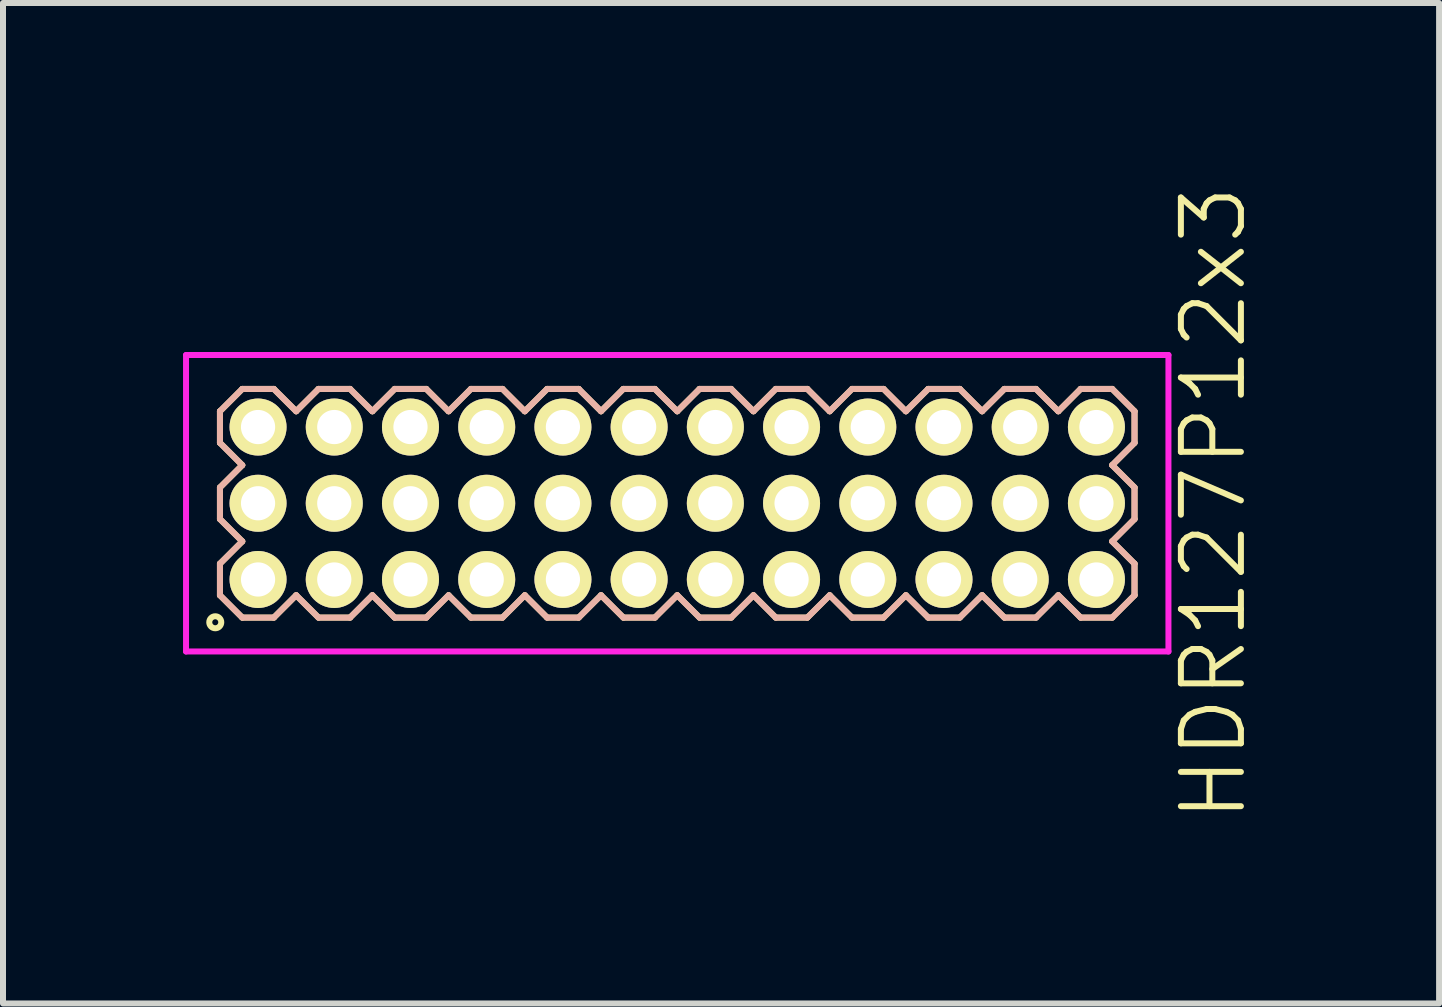
<source format=kicad_pcb>
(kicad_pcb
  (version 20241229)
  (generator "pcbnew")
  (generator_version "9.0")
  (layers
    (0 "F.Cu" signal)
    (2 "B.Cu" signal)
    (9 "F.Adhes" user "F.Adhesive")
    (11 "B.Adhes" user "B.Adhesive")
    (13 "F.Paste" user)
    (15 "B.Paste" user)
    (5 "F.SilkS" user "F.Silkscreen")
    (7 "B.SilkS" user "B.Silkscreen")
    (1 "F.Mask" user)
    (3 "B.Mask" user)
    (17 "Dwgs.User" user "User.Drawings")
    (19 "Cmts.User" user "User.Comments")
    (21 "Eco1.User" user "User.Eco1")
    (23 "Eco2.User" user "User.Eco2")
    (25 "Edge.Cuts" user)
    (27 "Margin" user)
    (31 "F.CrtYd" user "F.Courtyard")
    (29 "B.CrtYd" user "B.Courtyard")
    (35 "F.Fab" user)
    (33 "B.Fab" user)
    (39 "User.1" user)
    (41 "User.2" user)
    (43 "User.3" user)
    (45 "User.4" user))
  (footprint "HDR127P12x3"
    (layer "F.Cu")
    (at 8.235 5.336)
    (property "Reference" "HDR127P12x3" (at 8.935 0 90) (layer "F.SilkS") (effects (font (size 1 1) (thickness 0.1))))
    (attr through_hole)
    (fp_line (start -7.62 -1.533) (end -7.248 -1.905) (stroke (width 0.1) (type solid)) (layer "F.SilkS"))
    (fp_line (start -7.62 -1.007) (end -7.62 -1.533) (stroke (width 0.1) (type solid)) (layer "F.SilkS"))
    (fp_line (start -7.62 -0.263) (end -7.248 -0.635) (stroke (width 0.1) (type solid)) (layer "F.SilkS"))
    (fp_line (start -7.62 0.263) (end -7.62 -0.263) (stroke (width 0.1) (type solid)) (layer "F.SilkS"))
    (fp_line (start -7.62 1.007) (end -7.248 0.635) (stroke (width 0.1) (type solid)) (layer "F.SilkS"))
    (fp_line (start -7.62 1.533) (end -7.62 1.007) (stroke (width 0.1) (type solid)) (layer "F.SilkS"))
    (fp_line (start -7.248 -1.905) (end -6.722 -1.905) (stroke (width 0.1) (type solid)) (layer "F.SilkS"))
    (fp_line (start -7.248 -0.635) (end -7.62 -1.007) (stroke (width 0.1) (type solid)) (layer "F.SilkS"))
    (fp_line (start -7.248 0.635) (end -7.62 0.263) (stroke (width 0.1) (type solid)) (layer "F.SilkS"))
    (fp_line (start -7.248 1.905) (end -7.62 1.533) (stroke (width 0.1) (type solid)) (layer "F.SilkS"))
    (fp_line (start -6.722 -1.905) (end -6.35 -1.533) (stroke (width 0.1) (type solid)) (layer "F.SilkS"))
    (fp_line (start -6.722 1.905) (end -7.248 1.905) (stroke (width 0.1) (type solid)) (layer "F.SilkS"))
    (fp_line (start -6.35 -1.533) (end -5.978 -1.905) (stroke (width 0.1) (type solid)) (layer "F.SilkS"))
    (fp_line (start -6.35 1.533) (end -6.722 1.905) (stroke (width 0.1) (type solid)) (layer "F.SilkS"))
    (fp_line (start -5.978 -1.905) (end -5.452 -1.905) (stroke (width 0.1) (type solid)) (layer "F.SilkS"))
    (fp_line (start -5.978 1.905) (end -6.35 1.533) (stroke (width 0.1) (type solid)) (layer "F.SilkS"))
    (fp_line (start -5.452 -1.905) (end -5.08 -1.533) (stroke (width 0.1) (type solid)) (layer "F.SilkS"))
    (fp_line (start -5.452 1.905) (end -5.978 1.905) (stroke (width 0.1) (type solid)) (layer "F.SilkS"))
    (fp_line (start -5.08 -1.533) (end -4.708 -1.905) (stroke (width 0.1) (type solid)) (layer "F.SilkS"))
    (fp_line (start -5.08 1.533) (end -5.452 1.905) (stroke (width 0.1) (type solid)) (layer "F.SilkS"))
    (fp_line (start -4.708 -1.905) (end -4.182 -1.905) (stroke (width 0.1) (type solid)) (layer "F.SilkS"))
    (fp_line (start -4.708 1.905) (end -5.08 1.533) (stroke (width 0.1) (type solid)) (layer "F.SilkS"))
    (fp_line (start -4.182 -1.905) (end -3.81 -1.533) (stroke (width 0.1) (type solid)) (layer "F.SilkS"))
    (fp_line (start -4.182 1.905) (end -4.708 1.905) (stroke (width 0.1) (type solid)) (layer "F.SilkS"))
    (fp_line (start -3.81 -1.533) (end -3.438 -1.905) (stroke (width 0.1) (type solid)) (layer "F.SilkS"))
    (fp_line (start -3.81 1.533) (end -4.182 1.905) (stroke (width 0.1) (type solid)) (layer "F.SilkS"))
    (fp_line (start -3.438 -1.905) (end -2.912 -1.905) (stroke (width 0.1) (type solid)) (layer "F.SilkS"))
    (fp_line (start -3.438 1.905) (end -3.81 1.533) (stroke (width 0.1) (type solid)) (layer "F.SilkS"))
    (fp_line (start -2.912 -1.905) (end -2.54 -1.533) (stroke (width 0.1) (type solid)) (layer "F.SilkS"))
    (fp_line (start -2.912 1.905) (end -3.438 1.905) (stroke (width 0.1) (type solid)) (layer "F.SilkS"))
    (fp_line (start -2.54 -1.533) (end -2.168 -1.905) (stroke (width 0.1) (type solid)) (layer "F.SilkS"))
    (fp_line (start -2.54 1.533) (end -2.912 1.905) (stroke (width 0.1) (type solid)) (layer "F.SilkS"))
    (fp_line (start -2.168 -1.905) (end -1.642 -1.905) (stroke (width 0.1) (type solid)) (layer "F.SilkS"))
    (fp_line (start -2.168 1.905) (end -2.54 1.533) (stroke (width 0.1) (type solid)) (layer "F.SilkS"))
    (fp_line (start -1.642 -1.905) (end -1.27 -1.533) (stroke (width 0.1) (type solid)) (layer "F.SilkS"))
    (fp_line (start -1.642 1.905) (end -2.168 1.905) (stroke (width 0.1) (type solid)) (layer "F.SilkS"))
    (fp_line (start -1.27 -1.533) (end -0.898 -1.905) (stroke (width 0.1) (type solid)) (layer "F.SilkS"))
    (fp_line (start -1.27 1.533) (end -1.642 1.905) (stroke (width 0.1) (type solid)) (layer "F.SilkS"))
    (fp_line (start -0.898 -1.905) (end -0.372 -1.905) (stroke (width 0.1) (type solid)) (layer "F.SilkS"))
    (fp_line (start -0.898 1.905) (end -1.27 1.533) (stroke (width 0.1) (type solid)) (layer "F.SilkS"))
    (fp_line (start -0.372 -1.905) (end 0 -1.533) (stroke (width 0.1) (type solid)) (layer "F.SilkS"))
    (fp_line (start -0.372 1.905) (end -0.898 1.905) (stroke (width 0.1) (type solid)) (layer "F.SilkS"))
    (fp_line (start 0 -1.533) (end 0.372 -1.905) (stroke (width 0.1) (type solid)) (layer "F.SilkS"))
    (fp_line (start 0 1.533) (end -0.372 1.905) (stroke (width 0.1) (type solid)) (layer "F.SilkS"))
    (fp_line (start 0.372 -1.905) (end 0.898 -1.905) (stroke (width 0.1) (type solid)) (layer "F.SilkS"))
    (fp_line (start 0.372 1.905) (end 0 1.533) (stroke (width 0.1) (type solid)) (layer "F.SilkS"))
    (fp_line (start 0.898 -1.905) (end 1.27 -1.533) (stroke (width 0.1) (type solid)) (layer "F.SilkS"))
    (fp_line (start 0.898 1.905) (end 0.372 1.905) (stroke (width 0.1) (type solid)) (layer "F.SilkS"))
    (fp_line (start 1.27 -1.533) (end 1.642 -1.905) (stroke (width 0.1) (type solid)) (layer "F.SilkS"))
    (fp_line (start 1.27 1.533) (end 0.898 1.905) (stroke (width 0.1) (type solid)) (layer "F.SilkS"))
    (fp_line (start 1.642 -1.905) (end 2.168 -1.905) (stroke (width 0.1) (type solid)) (layer "F.SilkS"))
    (fp_line (start 1.642 1.905) (end 1.27 1.533) (stroke (width 0.1) (type solid)) (layer "F.SilkS"))
    (fp_line (start 2.168 -1.905) (end 2.54 -1.533) (stroke (width 0.1) (type solid)) (layer "F.SilkS"))
    (fp_line (start 2.168 1.905) (end 1.642 1.905) (stroke (width 0.1) (type solid)) (layer "F.SilkS"))
    (fp_line (start 2.54 -1.533) (end 2.912 -1.905) (stroke (width 0.1) (type solid)) (layer "F.SilkS"))
    (fp_line (start 2.54 1.533) (end 2.168 1.905) (stroke (width 0.1) (type solid)) (layer "F.SilkS"))
    (fp_line (start 2.912 -1.905) (end 3.438 -1.905) (stroke (width 0.1) (type solid)) (layer "F.SilkS"))
    (fp_line (start 2.912 1.905) (end 2.54 1.533) (stroke (width 0.1) (type solid)) (layer "F.SilkS"))
    (fp_line (start 3.438 -1.905) (end 3.81 -1.533) (stroke (width 0.1) (type solid)) (layer "F.SilkS"))
    (fp_line (start 3.438 1.905) (end 2.912 1.905) (stroke (width 0.1) (type solid)) (layer "F.SilkS"))
    (fp_line (start 3.81 -1.533) (end 4.182 -1.905) (stroke (width 0.1) (type solid)) (layer "F.SilkS"))
    (fp_line (start 3.81 1.533) (end 3.438 1.905) (stroke (width 0.1) (type solid)) (layer "F.SilkS"))
    (fp_line (start 4.182 -1.905) (end 4.708 -1.905) (stroke (width 0.1) (type solid)) (layer "F.SilkS"))
    (fp_line (start 4.182 1.905) (end 3.81 1.533) (stroke (width 0.1) (type solid)) (layer "F.SilkS"))
    (fp_line (start 4.708 -1.905) (end 5.08 -1.533) (stroke (width 0.1) (type solid)) (layer "F.SilkS"))
    (fp_line (start 4.708 1.905) (end 4.182 1.905) (stroke (width 0.1) (type solid)) (layer "F.SilkS"))
    (fp_line (start 5.08 -1.533) (end 5.452 -1.905) (stroke (width 0.1) (type solid)) (layer "F.SilkS"))
    (fp_line (start 5.08 1.533) (end 4.708 1.905) (stroke (width 0.1) (type solid)) (layer "F.SilkS"))
    (fp_line (start 5.452 -1.905) (end 5.978 -1.905) (stroke (width 0.1) (type solid)) (layer "F.SilkS"))
    (fp_line (start 5.452 1.905) (end 5.08 1.533) (stroke (width 0.1) (type solid)) (layer "F.SilkS"))
    (fp_line (start 5.978 -1.905) (end 6.35 -1.533) (stroke (width 0.1) (type solid)) (layer "F.SilkS"))
    (fp_line (start 5.978 1.905) (end 5.452 1.905) (stroke (width 0.1) (type solid)) (layer "F.SilkS"))
    (fp_line (start 6.35 -1.533) (end 6.722 -1.905) (stroke (width 0.1) (type solid)) (layer "F.SilkS"))
    (fp_line (start 6.35 1.533) (end 5.978 1.905) (stroke (width 0.1) (type solid)) (layer "F.SilkS"))
    (fp_line (start 6.722 -1.905) (end 7.248 -1.905) (stroke (width 0.1) (type solid)) (layer "F.SilkS"))
    (fp_line (start 6.722 1.905) (end 6.35 1.533) (stroke (width 0.1) (type solid)) (layer "F.SilkS"))
    (fp_line (start 7.248 -1.905) (end 7.62 -1.533) (stroke (width 0.1) (type solid)) (layer "F.SilkS"))
    (fp_line (start 7.248 -0.635) (end 7.62 -0.263) (stroke (width 0.1) (type solid)) (layer "F.SilkS"))
    (fp_line (start 7.248 0.635) (end 7.62 1.007) (stroke (width 0.1) (type solid)) (layer "F.SilkS"))
    (fp_line (start 7.248 1.905) (end 6.722 1.905) (stroke (width 0.1) (type solid)) (layer "F.SilkS"))
    (fp_line (start 7.62 -1.533) (end 7.62 -1.007) (stroke (width 0.1) (type solid)) (layer "F.SilkS"))
    (fp_line (start 7.62 -1.007) (end 7.248 -0.635) (stroke (width 0.1) (type solid)) (layer "F.SilkS"))
    (fp_line (start 7.62 -0.263) (end 7.62 0.263) (stroke (width 0.1) (type solid)) (layer "F.SilkS"))
    (fp_line (start 7.62 0.263) (end 7.248 0.635) (stroke (width 0.1) (type solid)) (layer "F.SilkS"))
    (fp_line (start 7.62 1.007) (end 7.62 1.533) (stroke (width 0.1) (type solid)) (layer "F.SilkS"))
    (fp_line (start 7.62 1.533) (end 7.248 1.905) (stroke (width 0.1) (type solid)) (layer "F.SilkS"))
    (fp_circle (center -7.698 1.983) (end -7.598 1.983) (stroke (width 0.1) (type solid)) (fill no) (layer "F.SilkS"))
    (fp_line (start -7.62 -1.533) (end -7.248 -1.905) (stroke (width 0.1) (type solid)) (layer "B.SilkS"))
    (fp_line (start -7.62 -1.007) (end -7.62 -1.533) (stroke (width 0.1) (type solid)) (layer "B.SilkS"))
    (fp_line (start -7.62 -0.263) (end -7.248 -0.635) (stroke (width 0.1) (type solid)) (layer "B.SilkS"))
    (fp_line (start -7.62 0.263) (end -7.62 -0.263) (stroke (width 0.1) (type solid)) (layer "B.SilkS"))
    (fp_line (start -7.62 1.007) (end -7.248 0.635) (stroke (width 0.1) (type solid)) (layer "B.SilkS"))
    (fp_line (start -7.62 1.533) (end -7.62 1.007) (stroke (width 0.1) (type solid)) (layer "B.SilkS"))
    (fp_line (start -7.248 -1.905) (end -6.722 -1.905) (stroke (width 0.1) (type solid)) (layer "B.SilkS"))
    (fp_line (start -7.248 -0.635) (end -7.62 -1.007) (stroke (width 0.1) (type solid)) (layer "B.SilkS"))
    (fp_line (start -7.248 0.635) (end -7.62 0.263) (stroke (width 0.1) (type solid)) (layer "B.SilkS"))
    (fp_line (start -7.248 1.905) (end -7.62 1.533) (stroke (width 0.1) (type solid)) (layer "B.SilkS"))
    (fp_line (start -6.722 -1.905) (end -6.35 -1.533) (stroke (width 0.1) (type solid)) (layer "B.SilkS"))
    (fp_line (start -6.722 1.905) (end -7.248 1.905) (stroke (width 0.1) (type solid)) (layer "B.SilkS"))
    (fp_line (start -6.35 -1.533) (end -5.978 -1.905) (stroke (width 0.1) (type solid)) (layer "B.SilkS"))
    (fp_line (start -6.35 1.533) (end -6.722 1.905) (stroke (width 0.1) (type solid)) (layer "B.SilkS"))
    (fp_line (start -5.978 -1.905) (end -5.452 -1.905) (stroke (width 0.1) (type solid)) (layer "B.SilkS"))
    (fp_line (start -5.978 1.905) (end -6.35 1.533) (stroke (width 0.1) (type solid)) (layer "B.SilkS"))
    (fp_line (start -5.452 -1.905) (end -5.08 -1.533) (stroke (width 0.1) (type solid)) (layer "B.SilkS"))
    (fp_line (start -5.452 1.905) (end -5.978 1.905) (stroke (width 0.1) (type solid)) (layer "B.SilkS"))
    (fp_line (start -5.08 -1.533) (end -4.708 -1.905) (stroke (width 0.1) (type solid)) (layer "B.SilkS"))
    (fp_line (start -5.08 1.533) (end -5.452 1.905) (stroke (width 0.1) (type solid)) (layer "B.SilkS"))
    (fp_line (start -4.708 -1.905) (end -4.182 -1.905) (stroke (width 0.1) (type solid)) (layer "B.SilkS"))
    (fp_line (start -4.708 1.905) (end -5.08 1.533) (stroke (width 0.1) (type solid)) (layer "B.SilkS"))
    (fp_line (start -4.182 -1.905) (end -3.81 -1.533) (stroke (width 0.1) (type solid)) (layer "B.SilkS"))
    (fp_line (start -4.182 1.905) (end -4.708 1.905) (stroke (width 0.1) (type solid)) (layer "B.SilkS"))
    (fp_line (start -3.81 -1.533) (end -3.438 -1.905) (stroke (width 0.1) (type solid)) (layer "B.SilkS"))
    (fp_line (start -3.81 1.533) (end -4.182 1.905) (stroke (width 0.1) (type solid)) (layer "B.SilkS"))
    (fp_line (start -3.438 -1.905) (end -2.912 -1.905) (stroke (width 0.1) (type solid)) (layer "B.SilkS"))
    (fp_line (start -3.438 1.905) (end -3.81 1.533) (stroke (width 0.1) (type solid)) (layer "B.SilkS"))
    (fp_line (start -2.912 -1.905) (end -2.54 -1.533) (stroke (width 0.1) (type solid)) (layer "B.SilkS"))
    (fp_line (start -2.912 1.905) (end -3.438 1.905) (stroke (width 0.1) (type solid)) (layer "B.SilkS"))
    (fp_line (start -2.54 -1.533) (end -2.168 -1.905) (stroke (width 0.1) (type solid)) (layer "B.SilkS"))
    (fp_line (start -2.54 1.533) (end -2.912 1.905) (stroke (width 0.1) (type solid)) (layer "B.SilkS"))
    (fp_line (start -2.168 -1.905) (end -1.642 -1.905) (stroke (width 0.1) (type solid)) (layer "B.SilkS"))
    (fp_line (start -2.168 1.905) (end -2.54 1.533) (stroke (width 0.1) (type solid)) (layer "B.SilkS"))
    (fp_line (start -1.642 -1.905) (end -1.27 -1.533) (stroke (width 0.1) (type solid)) (layer "B.SilkS"))
    (fp_line (start -1.642 1.905) (end -2.168 1.905) (stroke (width 0.1) (type solid)) (layer "B.SilkS"))
    (fp_line (start -1.27 -1.533) (end -0.898 -1.905) (stroke (width 0.1) (type solid)) (layer "B.SilkS"))
    (fp_line (start -1.27 1.533) (end -1.642 1.905) (stroke (width 0.1) (type solid)) (layer "B.SilkS"))
    (fp_line (start -0.898 -1.905) (end -0.372 -1.905) (stroke (width 0.1) (type solid)) (layer "B.SilkS"))
    (fp_line (start -0.898 1.905) (end -1.27 1.533) (stroke (width 0.1) (type solid)) (layer "B.SilkS"))
    (fp_line (start -0.372 -1.905) (end 0 -1.533) (stroke (width 0.1) (type solid)) (layer "B.SilkS"))
    (fp_line (start -0.372 1.905) (end -0.898 1.905) (stroke (width 0.1) (type solid)) (layer "B.SilkS"))
    (fp_line (start 0 -1.533) (end 0.372 -1.905) (stroke (width 0.1) (type solid)) (layer "B.SilkS"))
    (fp_line (start 0 1.533) (end -0.372 1.905) (stroke (width 0.1) (type solid)) (layer "B.SilkS"))
    (fp_line (start 0.372 -1.905) (end 0.898 -1.905) (stroke (width 0.1) (type solid)) (layer "B.SilkS"))
    (fp_line (start 0.372 1.905) (end 0 1.533) (stroke (width 0.1) (type solid)) (layer "B.SilkS"))
    (fp_line (start 0.898 -1.905) (end 1.27 -1.533) (stroke (width 0.1) (type solid)) (layer "B.SilkS"))
    (fp_line (start 0.898 1.905) (end 0.372 1.905) (stroke (width 0.1) (type solid)) (layer "B.SilkS"))
    (fp_line (start 1.27 -1.533) (end 1.642 -1.905) (stroke (width 0.1) (type solid)) (layer "B.SilkS"))
    (fp_line (start 1.27 1.533) (end 0.898 1.905) (stroke (width 0.1) (type solid)) (layer "B.SilkS"))
    (fp_line (start 1.642 -1.905) (end 2.168 -1.905) (stroke (width 0.1) (type solid)) (layer "B.SilkS"))
    (fp_line (start 1.642 1.905) (end 1.27 1.533) (stroke (width 0.1) (type solid)) (layer "B.SilkS"))
    (fp_line (start 2.168 -1.905) (end 2.54 -1.533) (stroke (width 0.1) (type solid)) (layer "B.SilkS"))
    (fp_line (start 2.168 1.905) (end 1.642 1.905) (stroke (width 0.1) (type solid)) (layer "B.SilkS"))
    (fp_line (start 2.54 -1.533) (end 2.912 -1.905) (stroke (width 0.1) (type solid)) (layer "B.SilkS"))
    (fp_line (start 2.54 1.533) (end 2.168 1.905) (stroke (width 0.1) (type solid)) (layer "B.SilkS"))
    (fp_line (start 2.912 -1.905) (end 3.438 -1.905) (stroke (width 0.1) (type solid)) (layer "B.SilkS"))
    (fp_line (start 2.912 1.905) (end 2.54 1.533) (stroke (width 0.1) (type solid)) (layer "B.SilkS"))
    (fp_line (start 3.438 -1.905) (end 3.81 -1.533) (stroke (width 0.1) (type solid)) (layer "B.SilkS"))
    (fp_line (start 3.438 1.905) (end 2.912 1.905) (stroke (width 0.1) (type solid)) (layer "B.SilkS"))
    (fp_line (start 3.81 -1.533) (end 4.182 -1.905) (stroke (width 0.1) (type solid)) (layer "B.SilkS"))
    (fp_line (start 3.81 1.533) (end 3.438 1.905) (stroke (width 0.1) (type solid)) (layer "B.SilkS"))
    (fp_line (start 4.182 -1.905) (end 4.708 -1.905) (stroke (width 0.1) (type solid)) (layer "B.SilkS"))
    (fp_line (start 4.182 1.905) (end 3.81 1.533) (stroke (width 0.1) (type solid)) (layer "B.SilkS"))
    (fp_line (start 4.708 -1.905) (end 5.08 -1.533) (stroke (width 0.1) (type solid)) (layer "B.SilkS"))
    (fp_line (start 4.708 1.905) (end 4.182 1.905) (stroke (width 0.1) (type solid)) (layer "B.SilkS"))
    (fp_line (start 5.08 -1.533) (end 5.452 -1.905) (stroke (width 0.1) (type solid)) (layer "B.SilkS"))
    (fp_line (start 5.08 1.533) (end 4.708 1.905) (stroke (width 0.1) (type solid)) (layer "B.SilkS"))
    (fp_line (start 5.452 -1.905) (end 5.978 -1.905) (stroke (width 0.1) (type solid)) (layer "B.SilkS"))
    (fp_line (start 5.452 1.905) (end 5.08 1.533) (stroke (width 0.1) (type solid)) (layer "B.SilkS"))
    (fp_line (start 5.978 -1.905) (end 6.35 -1.533) (stroke (width 0.1) (type solid)) (layer "B.SilkS"))
    (fp_line (start 5.978 1.905) (end 5.452 1.905) (stroke (width 0.1) (type solid)) (layer "B.SilkS"))
    (fp_line (start 6.35 -1.533) (end 6.722 -1.905) (stroke (width 0.1) (type solid)) (layer "B.SilkS"))
    (fp_line (start 6.35 1.533) (end 5.978 1.905) (stroke (width 0.1) (type solid)) (layer "B.SilkS"))
    (fp_line (start 6.722 -1.905) (end 7.248 -1.905) (stroke (width 0.1) (type solid)) (layer "B.SilkS"))
    (fp_line (start 6.722 1.905) (end 6.35 1.533) (stroke (width 0.1) (type solid)) (layer "B.SilkS"))
    (fp_line (start 7.248 -1.905) (end 7.62 -1.533) (stroke (width 0.1) (type solid)) (layer "B.SilkS"))
    (fp_line (start 7.248 -0.635) (end 7.62 -0.263) (stroke (width 0.1) (type solid)) (layer "B.SilkS"))
    (fp_line (start 7.248 0.635) (end 7.62 1.007) (stroke (width 0.1) (type solid)) (layer "B.SilkS"))
    (fp_line (start 7.248 1.905) (end 6.722 1.905) (stroke (width 0.1) (type solid)) (layer "B.SilkS"))
    (fp_line (start 7.62 -1.533) (end 7.62 -1.007) (stroke (width 0.1) (type solid)) (layer "B.SilkS"))
    (fp_line (start 7.62 -1.007) (end 7.248 -0.635) (stroke (width 0.1) (type solid)) (layer "B.SilkS"))
    (fp_line (start 7.62 -0.263) (end 7.62 0.263) (stroke (width 0.1) (type solid)) (layer "B.SilkS"))
    (fp_line (start 7.62 0.263) (end 7.248 0.635) (stroke (width 0.1) (type solid)) (layer "B.SilkS"))
    (fp_line (start 7.62 1.007) (end 7.62 1.533) (stroke (width 0.1) (type solid)) (layer "B.SilkS"))
    (fp_line (start 7.62 1.533) (end 7.248 1.905) (stroke (width 0.1) (type solid)) (layer "B.SilkS"))
    (fp_line (start -8.185 -2.47) (end -8.185 2.47) (stroke (width 0.1) (type solid)) (layer "F.CrtYd"))
    (fp_line (start -8.185 2.47) (end 8.185 2.47) (stroke (width 0.1) (type solid)) (layer "F.CrtYd"))
    (fp_line (start 8.185 -2.47) (end -8.185 -2.47) (stroke (width 0.1) (type solid)) (layer "F.CrtYd"))
    (fp_line (start 8.185 2.47) (end 8.185 -2.47) (stroke (width 0.1) (type solid)) (layer "F.CrtYd"))
    (pad "1" thru_hole oval (at -6.985 1.27) (size 0.95 0.95) (drill 0.57) (layers "*.Cu" "*.Mask" "F.SilkS"))
    (pad "2" thru_hole oval (at -6.985 0) (size 0.95 0.95) (drill 0.57) (layers "*.Cu" "*.Mask" "F.SilkS"))
    (pad "3" thru_hole oval (at -6.985 -1.27) (size 0.95 0.95) (drill 0.57) (layers "*.Cu" "*.Mask" "F.SilkS"))
    (pad "4" thru_hole oval (at -5.715 1.27) (size 0.95 0.95) (drill 0.57) (layers "*.Cu" "*.Mask" "F.SilkS"))
    (pad "5" thru_hole oval (at -5.715 0) (size 0.95 0.95) (drill 0.57) (layers "*.Cu" "*.Mask" "F.SilkS"))
    (pad "6" thru_hole oval (at -5.715 -1.27) (size 0.95 0.95) (drill 0.57) (layers "*.Cu" "*.Mask" "F.SilkS"))
    (pad "7" thru_hole oval (at -4.445 1.27) (size 0.95 0.95) (drill 0.57) (layers "*.Cu" "*.Mask" "F.SilkS"))
    (pad "8" thru_hole oval (at -4.445 0) (size 0.95 0.95) (drill 0.57) (layers "*.Cu" "*.Mask" "F.SilkS"))
    (pad "9" thru_hole oval (at -4.445 -1.27) (size 0.95 0.95) (drill 0.57) (layers "*.Cu" "*.Mask" "F.SilkS"))
    (pad "10" thru_hole oval (at -3.175 1.27) (size 0.95 0.95) (drill 0.57) (layers "*.Cu" "*.Mask" "F.SilkS"))
    (pad "11" thru_hole oval (at -3.175 0) (size 0.95 0.95) (drill 0.57) (layers "*.Cu" "*.Mask" "F.SilkS"))
    (pad "12" thru_hole oval (at -3.175 -1.27) (size 0.95 0.95) (drill 0.57) (layers "*.Cu" "*.Mask" "F.SilkS"))
    (pad "13" thru_hole oval (at -1.905 1.27) (size 0.95 0.95) (drill 0.57) (layers "*.Cu" "*.Mask" "F.SilkS"))
    (pad "14" thru_hole oval (at -1.905 0) (size 0.95 0.95) (drill 0.57) (layers "*.Cu" "*.Mask" "F.SilkS"))
    (pad "15" thru_hole oval (at -1.905 -1.27) (size 0.95 0.95) (drill 0.57) (layers "*.Cu" "*.Mask" "F.SilkS"))
    (pad "16" thru_hole oval (at -0.635 1.27) (size 0.95 0.95) (drill 0.57) (layers "*.Cu" "*.Mask" "F.SilkS"))
    (pad "17" thru_hole oval (at -0.635 0) (size 0.95 0.95) (drill 0.57) (layers "*.Cu" "*.Mask" "F.SilkS"))
    (pad "18" thru_hole oval (at -0.635 -1.27) (size 0.95 0.95) (drill 0.57) (layers "*.Cu" "*.Mask" "F.SilkS"))
    (pad "19" thru_hole oval (at 0.635 1.27) (size 0.95 0.95) (drill 0.57) (layers "*.Cu" "*.Mask" "F.SilkS"))
    (pad "20" thru_hole oval (at 0.635 0) (size 0.95 0.95) (drill 0.57) (layers "*.Cu" "*.Mask" "F.SilkS"))
    (pad "21" thru_hole oval (at 0.635 -1.27) (size 0.95 0.95) (drill 0.57) (layers "*.Cu" "*.Mask" "F.SilkS"))
    (pad "22" thru_hole oval (at 1.905 1.27) (size 0.95 0.95) (drill 0.57) (layers "*.Cu" "*.Mask" "F.SilkS"))
    (pad "23" thru_hole oval (at 1.905 0) (size 0.95 0.95) (drill 0.57) (layers "*.Cu" "*.Mask" "F.SilkS"))
    (pad "24" thru_hole oval (at 1.905 -1.27) (size 0.95 0.95) (drill 0.57) (layers "*.Cu" "*.Mask" "F.SilkS"))
    (pad "25" thru_hole oval (at 3.175 1.27) (size 0.95 0.95) (drill 0.57) (layers "*.Cu" "*.Mask" "F.SilkS"))
    (pad "26" thru_hole oval (at 3.175 0) (size 0.95 0.95) (drill 0.57) (layers "*.Cu" "*.Mask" "F.SilkS"))
    (pad "27" thru_hole oval (at 3.175 -1.27) (size 0.95 0.95) (drill 0.57) (layers "*.Cu" "*.Mask" "F.SilkS"))
    (pad "28" thru_hole oval (at 4.445 1.27) (size 0.95 0.95) (drill 0.57) (layers "*.Cu" "*.Mask" "F.SilkS"))
    (pad "29" thru_hole oval (at 4.445 0) (size 0.95 0.95) (drill 0.57) (layers "*.Cu" "*.Mask" "F.SilkS"))
    (pad "30" thru_hole oval (at 4.445 -1.27) (size 0.95 0.95) (drill 0.57) (layers "*.Cu" "*.Mask" "F.SilkS"))
    (pad "31" thru_hole oval (at 5.715 1.27) (size 0.95 0.95) (drill 0.57) (layers "*.Cu" "*.Mask" "F.SilkS"))
    (pad "32" thru_hole oval (at 5.715 0) (size 0.95 0.95) (drill 0.57) (layers "*.Cu" "*.Mask" "F.SilkS"))
    (pad "33" thru_hole oval (at 5.715 -1.27) (size 0.95 0.95) (drill 0.57) (layers "*.Cu" "*.Mask" "F.SilkS"))
    (pad "34" thru_hole oval (at 6.985 1.27) (size 0.95 0.95) (drill 0.57) (layers "*.Cu" "*.Mask" "F.SilkS"))
    (pad "35" thru_hole oval (at 6.985 0) (size 0.95 0.95) (drill 0.57) (layers "*.Cu" "*.Mask" "F.SilkS"))
    (pad "36" thru_hole oval (at 6.985 -1.27) (size 0.95 0.95) (drill 0.57) (layers "*.Cu" "*.Mask" "F.SilkS")))
  (gr_rect
    (start -3 -3)
    (end 20.93 13.671)
    (stroke (width 0.1) (type default))
    (fill no)
    (layer "Edge.Cuts")))
</source>
